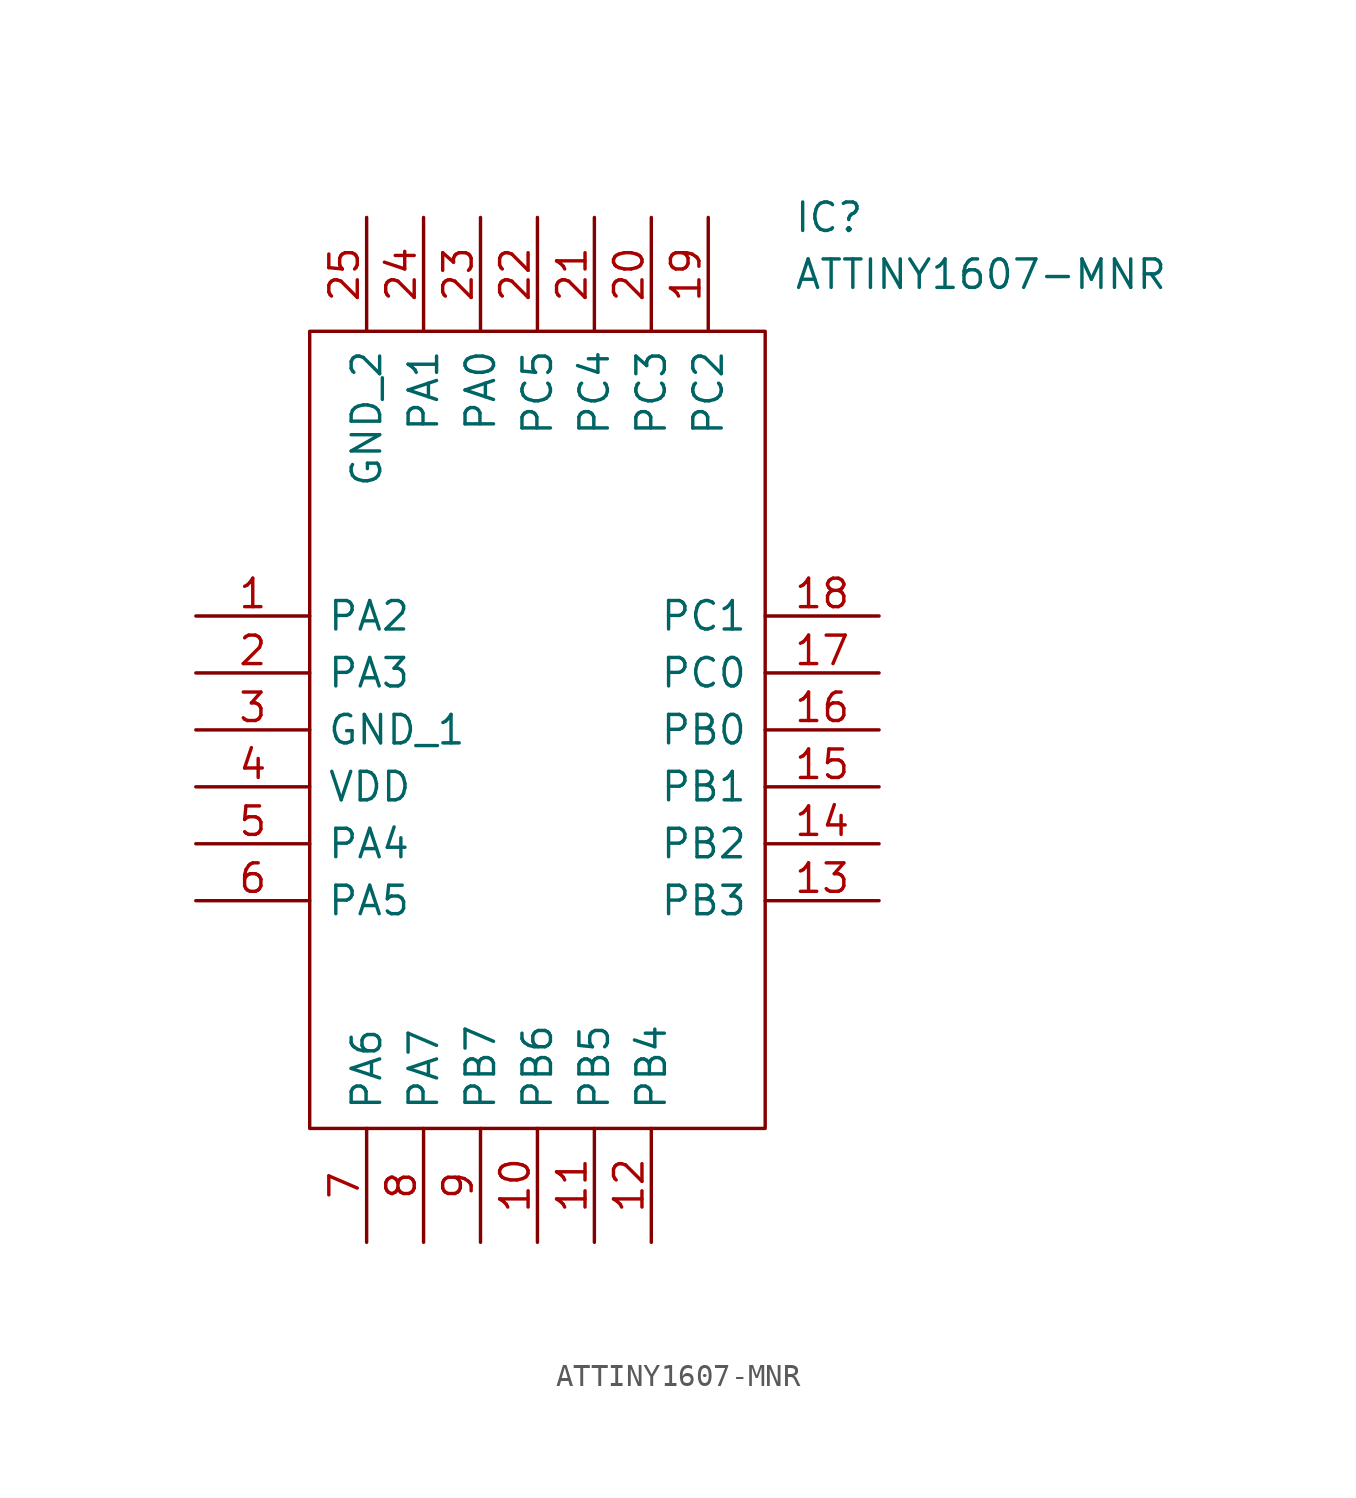
<source format=kicad_sym>
(kicad_symbol_lib
  (version 20220914)
  (generator kicad_symbol_editor)
  (symbol "ATTINY1607-MNR"
    (pin_names
      (offset 0.762))
    (property "Reference" "IC"
      (at 26.67 17.78 0)
      (effects (font (size 1.27 1.27)) (justify left)))
    (property "Value" "ATTINY1607-MNR"
      (at 26.67 15.24 0)
      (effects (font (size 1.27 1.27)) (justify left)))
    (symbol "ATTINY1607-MNR_0_0"
      (pin unspecified line (at 0 0 0) (length 5.08) (name "PA2" (effects (font (size 1.27 1.27)))) (number "1" (effects (font (size 1.27 1.27)))))
      (pin unspecified line (at 15.24 -27.94 90) (length 5.08) (name "PB6" (effects (font (size 1.27 1.27)))) (number "10" (effects (font (size 1.27 1.27)))))
      (pin unspecified line (at 17.78 -27.94 90) (length 5.08) (name "PB5" (effects (font (size 1.27 1.27)))) (number "11" (effects (font (size 1.27 1.27)))))
      (pin unspecified line (at 20.32 -27.94 90) (length 5.08) (name "PB4" (effects (font (size 1.27 1.27)))) (number "12" (effects (font (size 1.27 1.27)))))
      (pin unspecified line (at 30.48 -12.7 180) (length 5.08) (name "PB3" (effects (font (size 1.27 1.27)))) (number "13" (effects (font (size 1.27 1.27)))))
      (pin unspecified line (at 30.48 -10.16 180) (length 5.08) (name "PB2" (effects (font (size 1.27 1.27)))) (number "14" (effects (font (size 1.27 1.27)))))
      (pin unspecified line (at 30.48 -7.62 180) (length 5.08) (name "PB1" (effects (font (size 1.27 1.27)))) (number "15" (effects (font (size 1.27 1.27)))))
      (pin unspecified line (at 30.48 -5.08 180) (length 5.08) (name "PB0" (effects (font (size 1.27 1.27)))) (number "16" (effects (font (size 1.27 1.27)))))
      (pin unspecified line (at 30.48 -2.54 180) (length 5.08) (name "PC0" (effects (font (size 1.27 1.27)))) (number "17" (effects (font (size 1.27 1.27)))))
      (pin unspecified line (at 30.48 0 180) (length 5.08) (name "PC1" (effects (font (size 1.27 1.27)))) (number "18" (effects (font (size 1.27 1.27)))))
      (pin unspecified line (at 22.86 17.78 270) (length 5.08) (name "PC2" (effects (font (size 1.27 1.27)))) (number "19" (effects (font (size 1.27 1.27)))))
      (pin unspecified line (at 0 -2.54 0) (length 5.08) (name "PA3" (effects (font (size 1.27 1.27)))) (number "2" (effects (font (size 1.27 1.27)))))
      (pin unspecified line (at 20.32 17.78 270) (length 5.08) (name "PC3" (effects (font (size 1.27 1.27)))) (number "20" (effects (font (size 1.27 1.27)))))
      (pin unspecified line (at 17.78 17.78 270) (length 5.08) (name "PC4" (effects (font (size 1.27 1.27)))) (number "21" (effects (font (size 1.27 1.27)))))
      (pin unspecified line (at 15.24 17.78 270) (length 5.08) (name "PC5" (effects (font (size 1.27 1.27)))) (number "22" (effects (font (size 1.27 1.27)))))
      (pin unspecified line (at 12.7 17.78 270) (length 5.08) (name "PA0" (effects (font (size 1.27 1.27)))) (number "23" (effects (font (size 1.27 1.27)))))
      (pin unspecified line (at 10.16 17.78 270) (length 5.08) (name "PA1" (effects (font (size 1.27 1.27)))) (number "24" (effects (font (size 1.27 1.27)))))
      (pin unspecified line (at 7.62 17.78 270) (length 5.08) (name "GND_2" (effects (font (size 1.27 1.27)))) (number "25" (effects (font (size 1.27 1.27)))))
      (pin unspecified line (at 0 -5.08 0) (length 5.08) (name "GND_1" (effects (font (size 1.27 1.27)))) (number "3" (effects (font (size 1.27 1.27)))))
      (pin unspecified line (at 0 -7.62 0) (length 5.08) (name "VDD" (effects (font (size 1.27 1.27)))) (number "4" (effects (font (size 1.27 1.27)))))
      (pin unspecified line (at 0 -10.16 0) (length 5.08) (name "PA4" (effects (font (size 1.27 1.27)))) (number "5" (effects (font (size 1.27 1.27)))))
      (pin unspecified line (at 0 -12.7 0) (length 5.08) (name "PA5" (effects (font (size 1.27 1.27)))) (number "6" (effects (font (size 1.27 1.27)))))
      (pin unspecified line (at 7.62 -27.94 90) (length 5.08) (name "PA6" (effects (font (size 1.27 1.27)))) (number "7" (effects (font (size 1.27 1.27)))))
      (pin unspecified line (at 10.16 -27.94 90) (length 5.08) (name "PA7" (effects (font (size 1.27 1.27)))) (number "8" (effects (font (size 1.27 1.27)))))
      (pin unspecified line (at 12.7 -27.94 90) (length 5.08) (name "PB7" (effects (font (size 1.27 1.27)))) (number "9" (effects (font (size 1.27 1.27))))))
    (symbol "ATTINY1607-MNR_0_1"
      (polyline (pts (xy 5.08 12.7) (xy 25.4 12.7) (xy 25.4 -22.86) (xy 5.08 -22.86) (xy 5.08 12.7)) (stroke (width 0.152) (type default)) (fill (type none))))))
</source>
